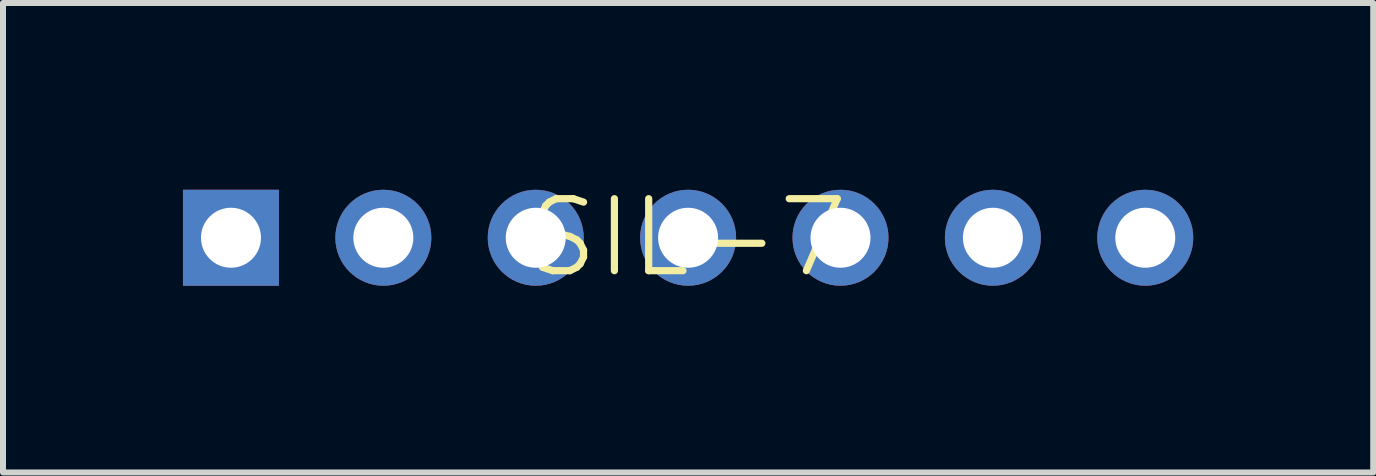
<source format=kicad_pcb>
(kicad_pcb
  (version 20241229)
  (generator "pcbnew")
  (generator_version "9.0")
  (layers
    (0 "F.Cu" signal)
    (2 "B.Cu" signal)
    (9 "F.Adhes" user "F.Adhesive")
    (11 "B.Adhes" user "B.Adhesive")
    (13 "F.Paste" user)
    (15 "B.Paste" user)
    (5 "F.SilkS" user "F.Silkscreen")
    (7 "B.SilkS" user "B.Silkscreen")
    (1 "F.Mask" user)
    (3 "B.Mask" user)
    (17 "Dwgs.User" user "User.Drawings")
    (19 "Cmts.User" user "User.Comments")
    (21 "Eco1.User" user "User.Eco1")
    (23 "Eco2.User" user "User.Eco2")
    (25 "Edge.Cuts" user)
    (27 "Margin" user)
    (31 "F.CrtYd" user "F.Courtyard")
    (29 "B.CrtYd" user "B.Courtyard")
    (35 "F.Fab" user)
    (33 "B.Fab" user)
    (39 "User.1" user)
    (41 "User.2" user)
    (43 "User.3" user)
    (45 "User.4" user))
  (footprint "SIL-7"
    (layer "F.Cu")
    (at 8.42 0.913)
    (property "Reference" "SIL-7" (at 0 0 0) (layer "F.SilkS") (effects (font (size 1.2 1.2) (thickness 0.12))))
    (attr through_hole)
    (pad "1" thru_hole rect (at -7.62 0) (size 1.6 1.6) (drill 1) (layers "*.Cu" "*.Mask"))
    (pad "2" thru_hole circle (at -5.08 0) (size 1.6 1.6) (drill 1) (layers "*.Cu" "*.Mask"))
    (pad "3" thru_hole circle (at -2.54 0) (size 1.6 1.6) (drill 1) (layers "*.Cu" "*.Mask"))
    (pad "4" thru_hole circle (at 0 0) (size 1.6 1.6) (drill 1) (layers "*.Cu" "*.Mask"))
    (pad "5" thru_hole circle (at 2.54 0) (size 1.6 1.6) (drill 1) (layers "*.Cu" "*.Mask"))
    (pad "6" thru_hole circle (at 5.08 0) (size 1.6 1.6) (drill 1) (layers "*.Cu" "*.Mask"))
    (pad "7" thru_hole circle (at 7.62 0) (size 1.6 1.6) (drill 1) (layers "*.Cu" "*.Mask")))
  (gr_rect
    (start -3 -3)
    (end 19.84 4.825)
    (stroke (width 0.1) (type default))
    (fill no)
    (layer "Edge.Cuts")))
</source>
